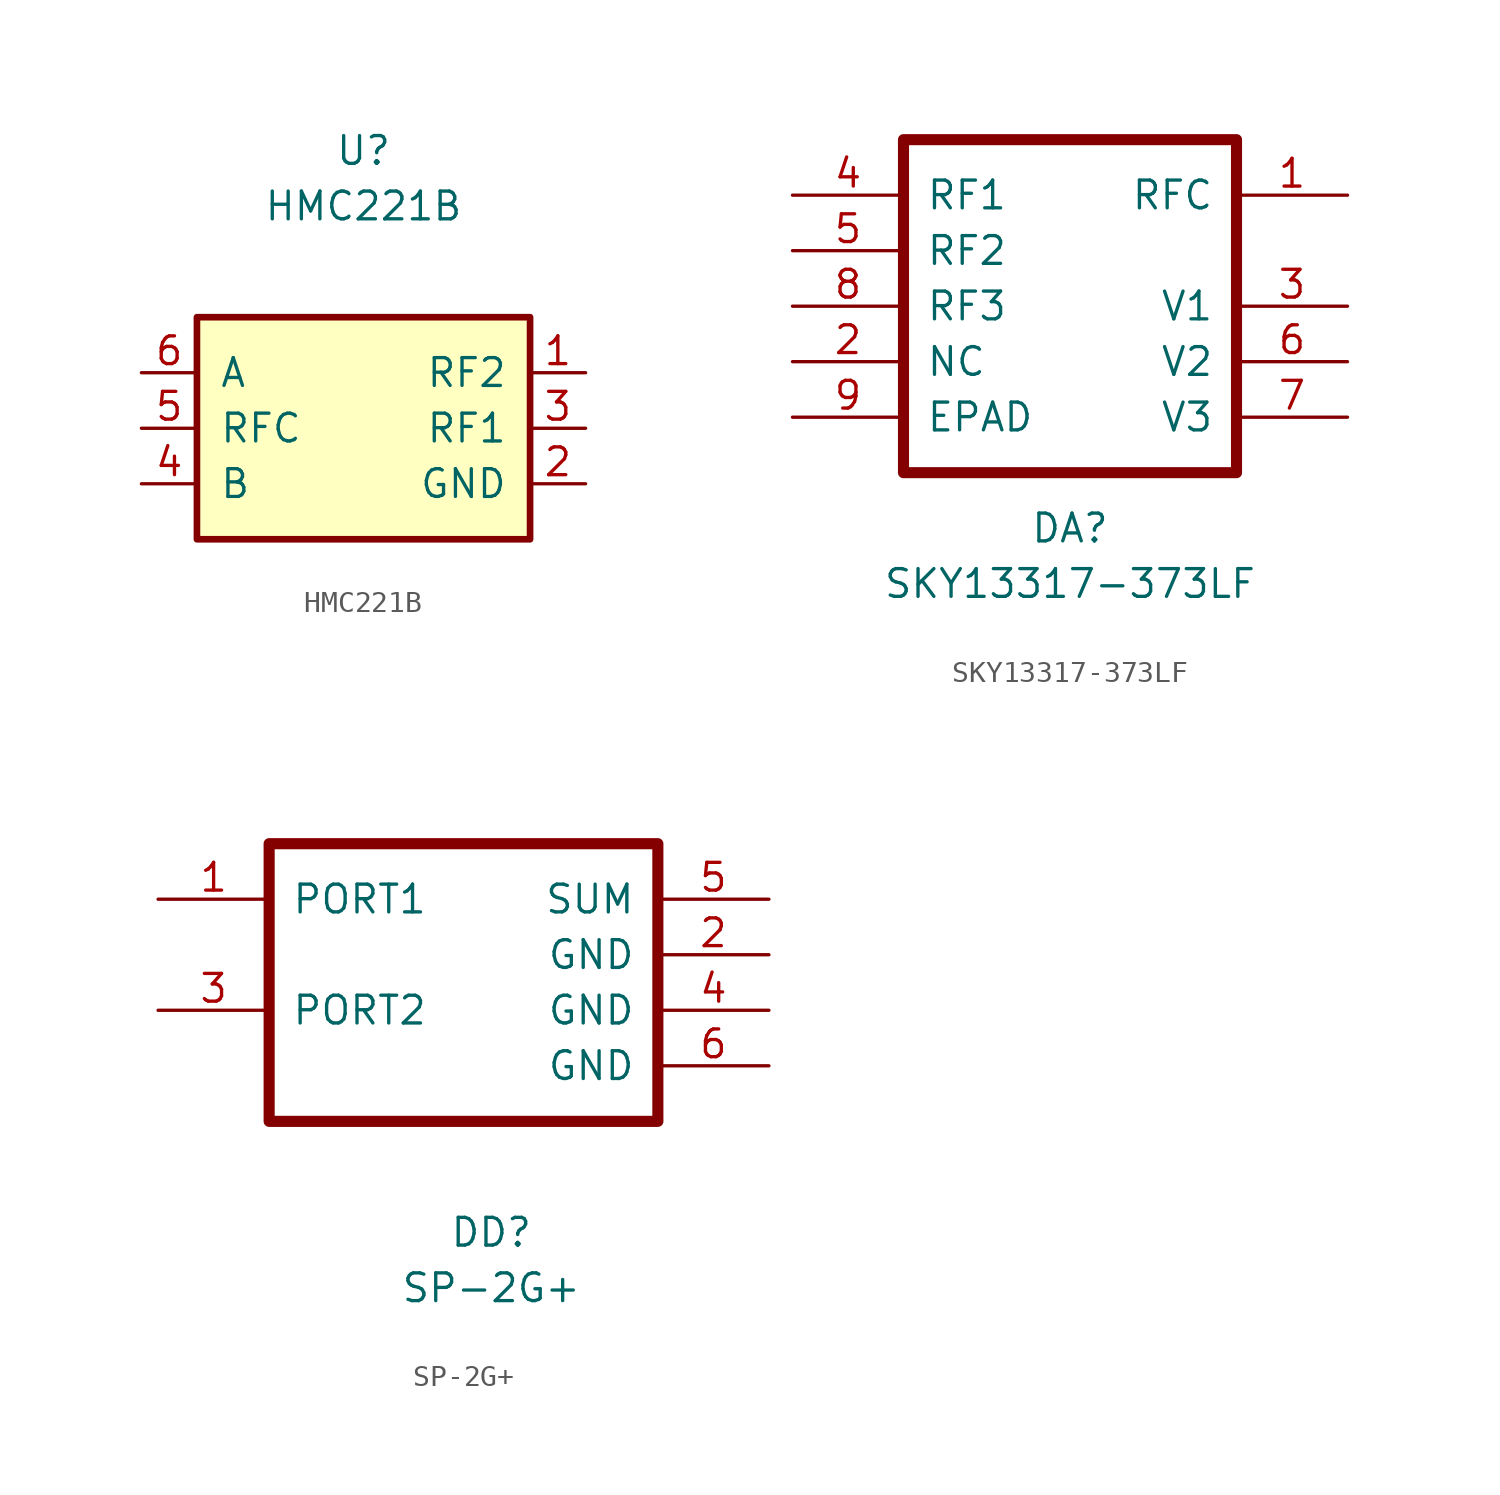
<source format=kicad_sym>
(kicad_symbol_lib
  (version 20211014)
  (generator kicad_symbol_editor)
  (symbol "HMC221B"
    (pin_names
      (offset 1.016))
    (property "Reference" "U"
      (at 0 12.7 0)
      (effects (font (size 1.27 1.27))))
    (property "Value" "HMC221B"
      (at 0 10.16 0)
      (effects (font (size 1.27 1.27))))
    (symbol "HMC221B_0_1"
      (rectangle (start -7.62 5.08) (end 7.62 -5.08) (stroke (width 0.305) (type default) (color 0 0 0 0)) (fill (type background))))
    (symbol "HMC221B_1_1"
      (pin bidirectional line (at 10.16 2.54 180) (length 2.54) (name "RF2" (effects (font (size 1.27 1.27)))) (number "1" (effects (font (size 1.27 1.27)))))
      (pin power_in line (at 10.16 -2.54 180) (length 2.54) (name "GND" (effects (font (size 1.27 1.27)))) (number "2" (effects (font (size 1.27 1.27)))))
      (pin bidirectional line (at 10.16 0 180) (length 2.54) (name "RF1" (effects (font (size 1.27 1.27)))) (number "3" (effects (font (size 1.27 1.27)))))
      (pin input line (at -10.16 -2.54 0) (length 2.54) (name "B" (effects (font (size 1.27 1.27)))) (number "4" (effects (font (size 1.27 1.27)))))
      (pin bidirectional line (at -10.16 0 0) (length 2.54) (name "RFC" (effects (font (size 1.27 1.27)))) (number "5" (effects (font (size 1.27 1.27)))))
      (pin input line (at -10.16 2.54 0) (length 2.54) (name "A" (effects (font (size 1.27 1.27)))) (number "6" (effects (font (size 1.27 1.27)))))))
  (symbol "SKY13317-373LF"
    (pin_names
      (offset 1.016))
    (property "Reference" "DA"
      (at 12.7 -15.24 0)
      (effects (font (size 1.27 1.27))))
    (property "Value" "SKY13317-373LF"
      (at 12.7 -17.78 0)
      (effects (font (size 1.27 1.27))))
    (symbol "SKY13317-373LF_0_1"
      (rectangle (start 5.08 2.54) (end 20.32 -12.7) (stroke (width 0.508) (type default) (color 0 0 0 0)) (fill (type none))))
    (symbol "SKY13317-373LF_1_1"
      (pin bidirectional line (at 25.4 0 180) (length 5.08) (name "RFC" (effects (font (size 1.27 1.27)))) (number "1" (effects (font (size 1.27 1.27)))))
      (pin passive line (at 0 -7.62 0) (length 5.08) (name "NC" (effects (font (size 1.27 1.27)))) (number "2" (effects (font (size 1.27 1.27)))))
      (pin input line (at 25.4 -5.08 180) (length 5.08) (name "V1" (effects (font (size 1.27 1.27)))) (number "3" (effects (font (size 1.27 1.27)))))
      (pin bidirectional line (at 0 0 0) (length 5.08) (name "RF1" (effects (font (size 1.27 1.27)))) (number "4" (effects (font (size 1.27 1.27)))))
      (pin bidirectional line (at 0 -2.54 0) (length 5.08) (name "RF2" (effects (font (size 1.27 1.27)))) (number "5" (effects (font (size 1.27 1.27)))))
      (pin input line (at 25.4 -7.62 180) (length 5.08) (name "V2" (effects (font (size 1.27 1.27)))) (number "6" (effects (font (size 1.27 1.27)))))
      (pin input line (at 25.4 -10.16 180) (length 5.08) (name "V3" (effects (font (size 1.27 1.27)))) (number "7" (effects (font (size 1.27 1.27)))))
      (pin bidirectional line (at 0 -5.08 0) (length 5.08) (name "RF3" (effects (font (size 1.27 1.27)))) (number "8" (effects (font (size 1.27 1.27)))))
      (pin power_in line (at 0 -10.16 0) (length 5.08) (name "EPAD" (effects (font (size 1.27 1.27)))) (number "9" (effects (font (size 1.27 1.27)))))))
  (symbol "SP-2G+"
    (pin_names
      (offset 1.016))
    (property "Reference" "DD"
      (at 15.24 -15.24 0)
      (effects (font (size 1.27 1.27))))
    (property "Value" "SP-2G+"
      (at 15.24 -17.78 0)
      (effects (font (size 1.27 1.27))))
    (symbol "SP-2G+_0_1"
      (rectangle (start 5.08 2.54) (end 22.86 -10.16) (stroke (width 0.508) (type default) (color 0 0 0 0)) (fill (type none))))
    (symbol "SP-2G+_1_1"
      (pin bidirectional line (at 0 0 0) (length 5.08) (name "PORT1" (effects (font (size 1.27 1.27)))) (number "1" (effects (font (size 1.27 1.27)))))
      (pin power_in line (at 27.94 -2.54 180) (length 5.08) (name "GND" (effects (font (size 1.27 1.27)))) (number "2" (effects (font (size 1.27 1.27)))))
      (pin bidirectional line (at 0 -5.08 0) (length 5.08) (name "PORT2" (effects (font (size 1.27 1.27)))) (number "3" (effects (font (size 1.27 1.27)))))
      (pin power_in line (at 27.94 -5.08 180) (length 5.08) (name "GND" (effects (font (size 1.27 1.27)))) (number "4" (effects (font (size 1.27 1.27)))))
      (pin bidirectional line (at 27.94 0 180) (length 5.08) (name "SUM" (effects (font (size 1.27 1.27)))) (number "5" (effects (font (size 1.27 1.27)))))
      (pin power_in line (at 27.94 -7.62 180) (length 5.08) (name "GND" (effects (font (size 1.27 1.27)))) (number "6" (effects (font (size 1.27 1.27))))))))
</source>
